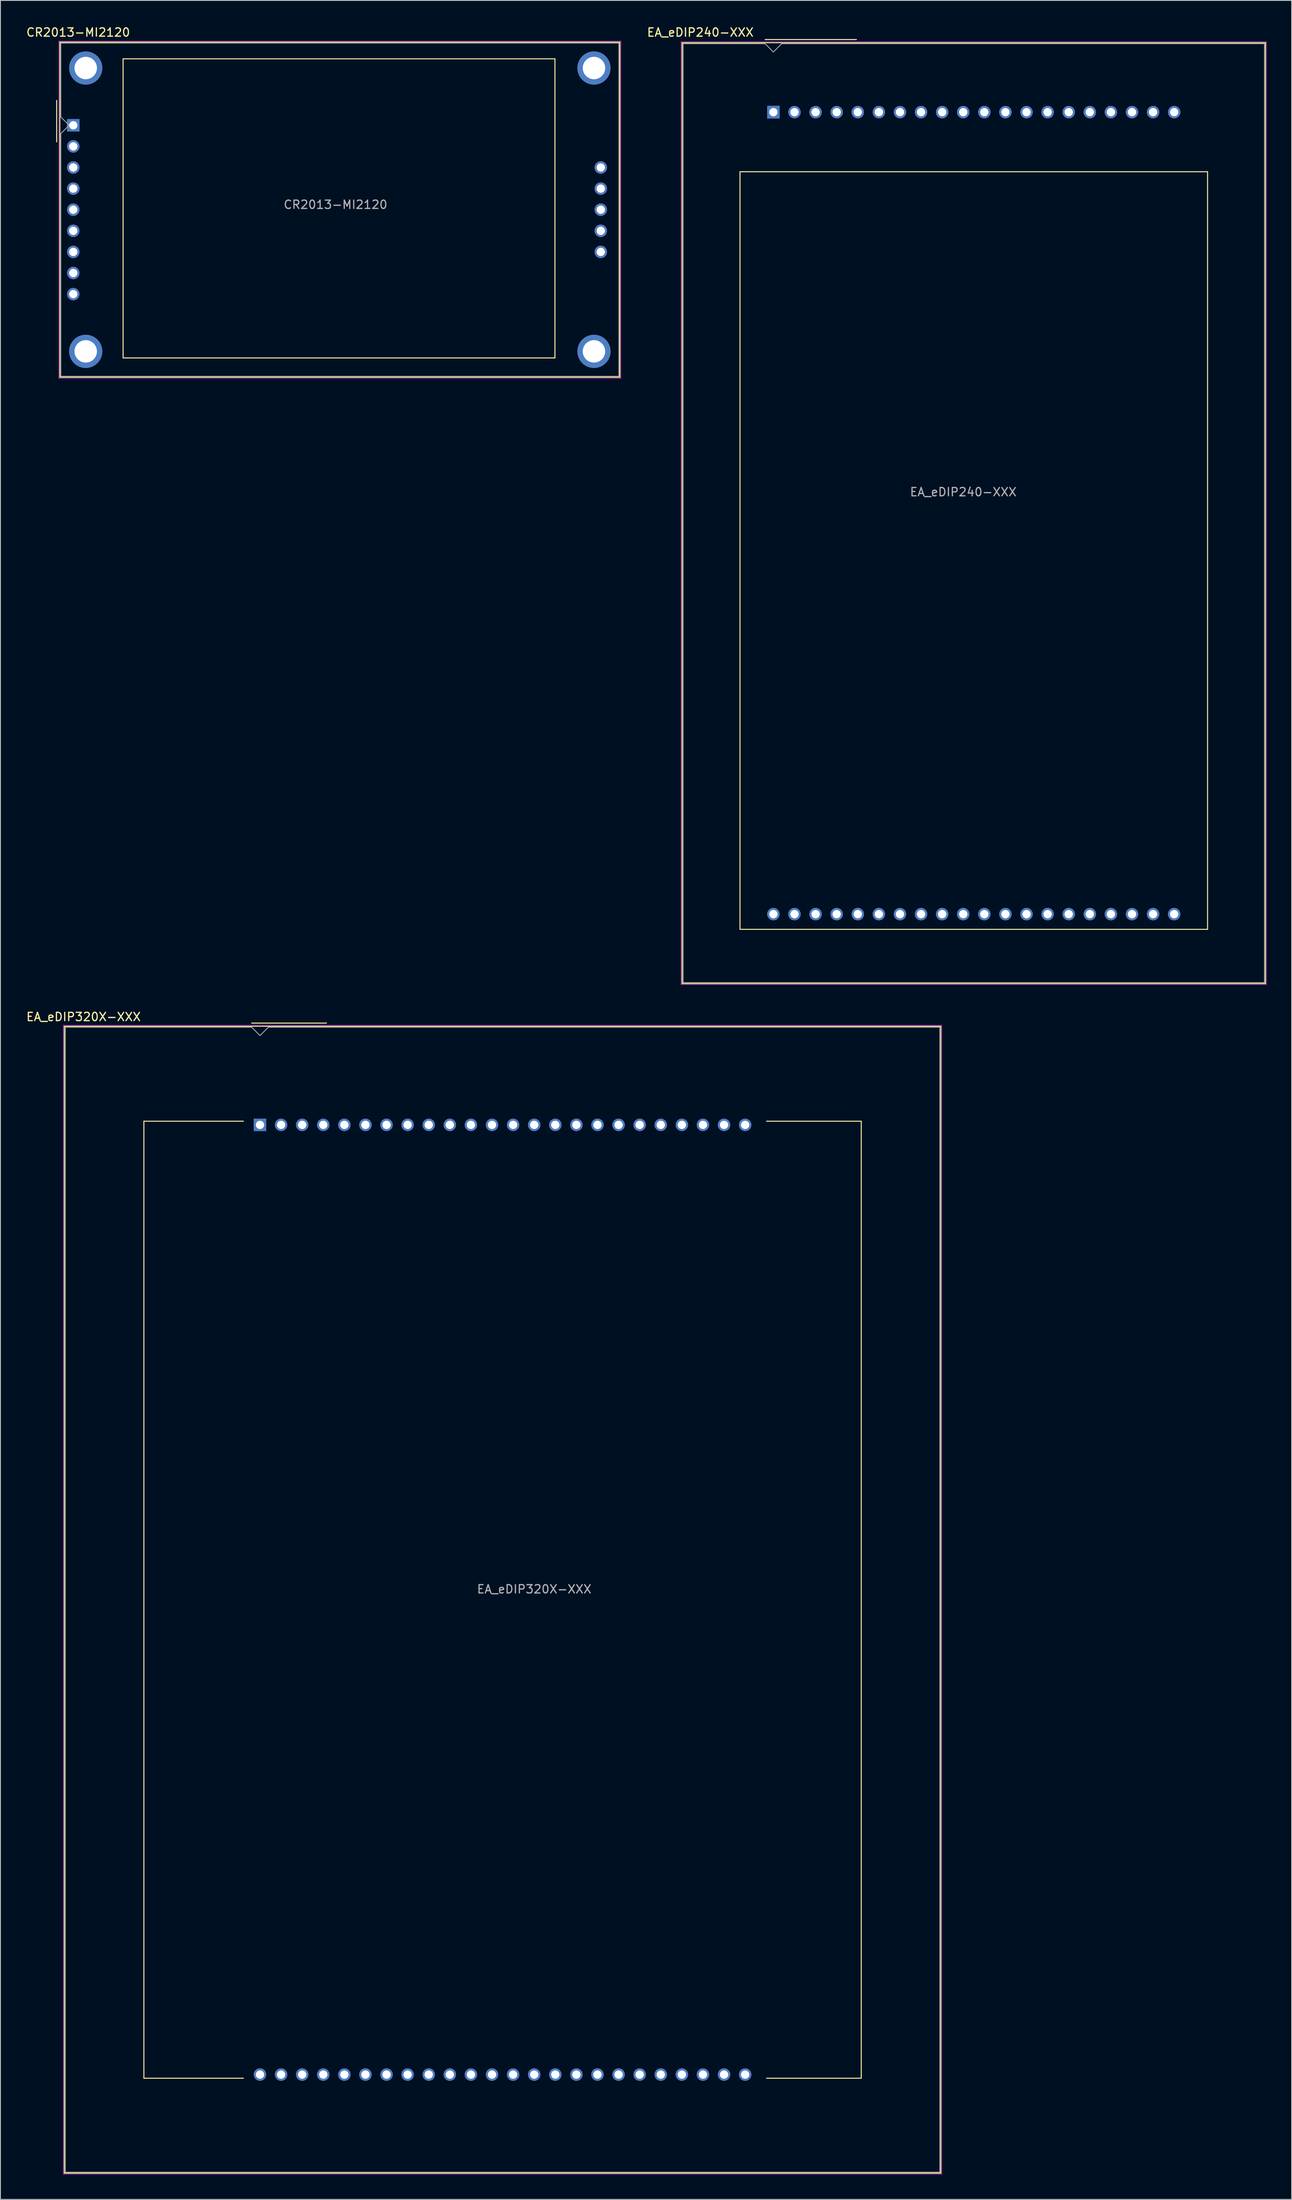
<source format=kicad_pcb>
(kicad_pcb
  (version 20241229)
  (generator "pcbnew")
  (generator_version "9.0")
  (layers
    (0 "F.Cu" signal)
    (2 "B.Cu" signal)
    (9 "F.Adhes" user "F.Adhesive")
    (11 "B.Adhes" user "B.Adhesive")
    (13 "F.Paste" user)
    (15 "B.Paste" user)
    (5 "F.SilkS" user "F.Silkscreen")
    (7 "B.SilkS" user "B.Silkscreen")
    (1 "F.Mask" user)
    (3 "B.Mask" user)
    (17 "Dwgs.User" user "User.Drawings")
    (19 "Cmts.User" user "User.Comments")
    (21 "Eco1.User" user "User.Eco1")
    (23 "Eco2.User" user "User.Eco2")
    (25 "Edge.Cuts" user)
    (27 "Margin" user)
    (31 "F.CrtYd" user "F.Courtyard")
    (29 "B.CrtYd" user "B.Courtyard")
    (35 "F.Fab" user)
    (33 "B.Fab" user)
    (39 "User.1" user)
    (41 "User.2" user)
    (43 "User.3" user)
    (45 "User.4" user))
  (footprint "EA_eDIP240-XXX"
    (layer "F.Cu")
    (at 90.078 10.448)
    (property "Reference" "EA_eDIP240-XXX" (at -8.8 -9.6 0) (layer "F.SilkS") (effects (font (size 1 1) (thickness 0.15))))
    (attr through_hole)
    (fp_line (start -11 -8.36) (end 59.25 -8.36) (stroke (width 0.12) (type solid)) (layer "F.SilkS"))
    (fp_line (start -11 104.88) (end -11 -8.36) (stroke (width 0.12) (type solid)) (layer "F.SilkS"))
    (fp_line (start -4.02 7.17) (end 52.28 7.17) (stroke (width 0.12) (type solid)) (layer "F.SilkS"))
    (fp_line (start -4.02 98.35) (end -4.02 7.17) (stroke (width 0.12) (type solid)) (layer "F.SilkS"))
    (fp_line (start -1 -8.74) (end 10 -8.74) (stroke (width 0.12) (type solid)) (layer "F.SilkS"))
    (fp_line (start 52.28 7.17) (end 52.28 98.35) (stroke (width 0.12) (type solid)) (layer "F.SilkS"))
    (fp_line (start 52.28 98.35) (end -4.02 98.35) (stroke (width 0.12) (type solid)) (layer "F.SilkS"))
    (fp_line (start 59.25 -8.36) (end 59.25 104.88) (stroke (width 0.12) (type solid)) (layer "F.SilkS"))
    (fp_line (start 59.25 104.88) (end -11 104.88) (stroke (width 0.12) (type solid)) (layer "F.SilkS"))
    (fp_line (start -11.13 -8.49) (end 59.38 -8.49) (stroke (width 0.05) (type solid)) (layer "F.CrtYd"))
    (fp_line (start -11.13 105.01) (end -11.13 -8.49) (stroke (width 0.05) (type solid)) (layer "F.CrtYd"))
    (fp_line (start 59.38 -8.49) (end 59.38 105.01) (stroke (width 0.05) (type solid)) (layer "F.CrtYd"))
    (fp_line (start 59.38 105.01) (end -11.13 105.01) (stroke (width 0.05) (type solid)) (layer "F.CrtYd"))
    (fp_line (start -10.87 104.76) (end -10.87 -8.24) (stroke (width 0.1) (type solid)) (layer "F.Fab"))
    (fp_line (start -1 -8.24) (end -10.87 -8.24) (stroke (width 0.1) (type solid)) (layer "F.Fab"))
    (fp_line (start 0 -7.24) (end -1 -8.24) (stroke (width 0.1) (type solid)) (layer "F.Fab"))
    (fp_line (start 1 -8.24) (end 0 -7.24) (stroke (width 0.1) (type solid)) (layer "F.Fab"))
    (fp_line (start 1 -8.24) (end 59.13 -8.24) (stroke (width 0.1) (type solid)) (layer "F.Fab"))
    (fp_line (start 59.13 -8.24) (end 59.13 104.76) (stroke (width 0.1) (type solid)) (layer "F.Fab"))
    (fp_line (start 59.13 104.76) (end -10.87 104.76) (stroke (width 0.1) (type solid)) (layer "F.Fab"))
    (fp_text user "${REFERENCE}" (at 22.86 45.72 0) (layer "F.Fab") (effects (font (size 1 1) (thickness 0.15))))
    (pad "1" thru_hole rect (at 0 0 180) (size 1.5 1.524) (drill 1) (layers "*.Cu" "*.Mask"))
    (pad "2" thru_hole circle (at 2.54 0 180) (size 1.5 1.5) (drill 1) (layers "*.Cu" "*.Mask"))
    (pad "3" thru_hole circle (at 5.08 0 180) (size 1.5 1.5) (drill 1) (layers "*.Cu" "*.Mask"))
    (pad "4" thru_hole circle (at 7.62 0 180) (size 1.5 1.5) (drill 1) (layers "*.Cu" "*.Mask"))
    (pad "5" thru_hole circle (at 10.16 0 180) (size 1.5 1.5) (drill 1) (layers "*.Cu" "*.Mask"))
    (pad "6" thru_hole circle (at 12.7 0 180) (size 1.5 1.5) (drill 1) (layers "*.Cu" "*.Mask"))
    (pad "7" thru_hole circle (at 15.24 0 180) (size 1.5 1.5) (drill 1) (layers "*.Cu" "*.Mask"))
    (pad "8" thru_hole circle (at 17.78 0 180) (size 1.5 1.5) (drill 1) (layers "*.Cu" "*.Mask"))
    (pad "9" thru_hole circle (at 20.32 0 180) (size 1.5 1.5) (drill 1) (layers "*.Cu" "*.Mask"))
    (pad "10" thru_hole circle (at 22.86 0 180) (size 1.5 1.5) (drill 1) (layers "*.Cu" "*.Mask"))
    (pad "11" thru_hole circle (at 25.4 0 180) (size 1.5 1.5) (drill 1) (layers "*.Cu" "*.Mask"))
    (pad "12" thru_hole circle (at 27.94 0 180) (size 1.5 1.5) (drill 1) (layers "*.Cu" "*.Mask"))
    (pad "13" thru_hole circle (at 30.48 0 180) (size 1.5 1.5) (drill 1) (layers "*.Cu" "*.Mask"))
    (pad "14" thru_hole circle (at 33.02 0 180) (size 1.5 1.5) (drill 1) (layers "*.Cu" "*.Mask"))
    (pad "15" thru_hole circle (at 35.56 0 180) (size 1.5 1.5) (drill 1) (layers "*.Cu" "*.Mask"))
    (pad "16" thru_hole circle (at 38.1 0 180) (size 1.5 1.5) (drill 1) (layers "*.Cu" "*.Mask"))
    (pad "17" thru_hole circle (at 40.64 0 180) (size 1.5 1.5) (drill 1) (layers "*.Cu" "*.Mask"))
    (pad "18" thru_hole circle (at 43.18 0 180) (size 1.5 1.5) (drill 1) (layers "*.Cu" "*.Mask"))
    (pad "19" thru_hole circle (at 45.72 0 180) (size 1.5 1.5) (drill 1) (layers "*.Cu" "*.Mask"))
    (pad "20" thru_hole circle (at 48.26 0 180) (size 1.5 1.5) (drill 1) (layers "*.Cu" "*.Mask"))
    (pad "21" thru_hole circle (at 48.26 96.52 180) (size 1.5 1.5) (drill 1) (layers "*.Cu" "*.Mask"))
    (pad "22" thru_hole circle (at 45.72 96.52 180) (size 1.5 1.5) (drill 1) (layers "*.Cu" "*.Mask"))
    (pad "23" thru_hole circle (at 43.18 96.52 180) (size 1.5 1.5) (drill 1) (layers "*.Cu" "*.Mask"))
    (pad "24" thru_hole circle (at 40.64 96.52 180) (size 1.5 1.5) (drill 1) (layers "*.Cu" "*.Mask"))
    (pad "25" thru_hole circle (at 38.1 96.52 180) (size 1.5 1.5) (drill 1) (layers "*.Cu" "*.Mask"))
    (pad "26" thru_hole circle (at 35.56 96.52 180) (size 1.5 1.5) (drill 1) (layers "*.Cu" "*.Mask"))
    (pad "27" thru_hole circle (at 33.02 96.52 180) (size 1.5 1.5) (drill 1) (layers "*.Cu" "*.Mask"))
    (pad "28" thru_hole circle (at 30.48 96.52 180) (size 1.5 1.5) (drill 1) (layers "*.Cu" "*.Mask"))
    (pad "29" thru_hole circle (at 27.94 96.52 180) (size 1.5 1.5) (drill 1) (layers "*.Cu" "*.Mask"))
    (pad "30" thru_hole circle (at 25.4 96.52 180) (size 1.5 1.5) (drill 1) (layers "*.Cu" "*.Mask"))
    (pad "31" thru_hole circle (at 22.86 96.52 180) (size 1.5 1.5) (drill 1) (layers "*.Cu" "*.Mask"))
    (pad "32" thru_hole circle (at 20.32 96.52 180) (size 1.5 1.5) (drill 1) (layers "*.Cu" "*.Mask"))
    (pad "33" thru_hole circle (at 17.78 96.52 180) (size 1.5 1.5) (drill 1) (layers "*.Cu" "*.Mask"))
    (pad "34" thru_hole circle (at 15.24 96.52 180) (size 1.5 1.5) (drill 1) (layers "*.Cu" "*.Mask"))
    (pad "35" thru_hole circle (at 12.7 96.52 180) (size 1.5 1.5) (drill 1) (layers "*.Cu" "*.Mask"))
    (pad "36" thru_hole circle (at 10.16 96.52 180) (size 1.5 1.5) (drill 1) (layers "*.Cu" "*.Mask"))
    (pad "37" thru_hole circle (at 7.62 96.52 180) (size 1.5 1.5) (drill 1) (layers "*.Cu" "*.Mask"))
    (pad "38" thru_hole circle (at 5.08 96.52 180) (size 1.5 1.5) (drill 1) (layers "*.Cu" "*.Mask"))
    (pad "39" thru_hole circle (at 2.54 96.52 180) (size 1.5 1.5) (drill 1) (layers "*.Cu" "*.Mask"))
    (pad "40" thru_hole circle (at 0 96.52 180) (size 1.5 1.5) (drill 1) (layers "*.Cu" "*.Mask")))
  (footprint "EA_eDIP320X-XXX"
    (layer "F.Cu")
    (at 28.256 132.332)
    (property "Reference" "EA_eDIP320X-XXX" (at -21.25 -13 0) (layer "F.SilkS") (effects (font (size 1 1) (thickness 0.15))))
    (attr through_hole)
    (fp_line (start -23.56 -11.87) (end 81.98 -11.87) (stroke (width 0.12) (type solid)) (layer "F.SilkS"))
    (fp_line (start -23.56 126.17) (end -23.56 -11.87) (stroke (width 0.12) (type solid)) (layer "F.SilkS"))
    (fp_line (start -13.98 -0.44) (end -2 -0.44) (stroke (width 0.12) (type solid)) (layer "F.SilkS"))
    (fp_line (start -13.98 114.74) (end -13.98 -0.44) (stroke (width 0.12) (type solid)) (layer "F.SilkS"))
    (fp_line (start -13.98 114.74) (end -2 114.74) (stroke (width 0.12) (type solid)) (layer "F.SilkS"))
    (fp_line (start -1 -12.25) (end 8 -12.25) (stroke (width 0.12) (type solid)) (layer "F.SilkS"))
    (fp_line (start 61 -0.44) (end 72.4 -0.44) (stroke (width 0.12) (type solid)) (layer "F.SilkS"))
    (fp_line (start 72.4 -0.44) (end 72.4 114.74) (stroke (width 0.12) (type solid)) (layer "F.SilkS"))
    (fp_line (start 72.4 114.74) (end 61 114.74) (stroke (width 0.12) (type solid)) (layer "F.SilkS"))
    (fp_line (start 81.98 -11.87) (end 81.98 126.17) (stroke (width 0.12) (type solid)) (layer "F.SilkS"))
    (fp_line (start 81.98 126.17) (end -23.56 126.17) (stroke (width 0.12) (type solid)) (layer "F.SilkS"))
    (fp_line (start -23.69 -12) (end 82.11 -12) (stroke (width 0.05) (type solid)) (layer "F.CrtYd"))
    (fp_line (start -23.69 126.3) (end -23.69 -12) (stroke (width 0.05) (type solid)) (layer "F.CrtYd"))
    (fp_line (start 82.11 -12) (end 82.11 126.3) (stroke (width 0.05) (type solid)) (layer "F.CrtYd"))
    (fp_line (start 82.11 126.3) (end -23.69 126.3) (stroke (width 0.05) (type solid)) (layer "F.CrtYd"))
    (fp_line (start -23.44 126.05) (end -23.44 -11.75) (stroke (width 0.1) (type solid)) (layer "F.Fab"))
    (fp_line (start -1 -11.75) (end -23.44 -11.75) (stroke (width 0.1) (type solid)) (layer "F.Fab"))
    (fp_line (start 0 -10.75) (end -1 -11.75) (stroke (width 0.1) (type solid)) (layer "F.Fab"))
    (fp_line (start 1 -11.75) (end 0 -10.75) (stroke (width 0.1) (type solid)) (layer "F.Fab"))
    (fp_line (start 1 -11.75) (end 81.86 -11.75) (stroke (width 0.1) (type solid)) (layer "F.Fab"))
    (fp_line (start 81.86 -11.75) (end 81.86 126.05) (stroke (width 0.1) (type solid)) (layer "F.Fab"))
    (fp_line (start 81.86 126.05) (end -23.44 126.05) (stroke (width 0.1) (type solid)) (layer "F.Fab"))
    (fp_text user "${REFERENCE}" (at 33.02 55.88 0) (layer "F.Fab") (effects (font (size 1 1) (thickness 0.15))))
    (pad "1" thru_hole rect (at 0 0) (size 1.5 1.5) (drill 1) (layers "*.Cu" "*.Mask"))
    (pad "2" thru_hole circle (at 2.54 0) (size 1.5 1.5) (drill 1) (layers "*.Cu" "*.Mask"))
    (pad "3" thru_hole circle (at 5.08 0) (size 1.5 1.5) (drill 1) (layers "*.Cu" "*.Mask"))
    (pad "4" thru_hole circle (at 7.62 0) (size 1.5 1.5) (drill 1) (layers "*.Cu" "*.Mask"))
    (pad "5" thru_hole circle (at 10.16 0) (size 1.5 1.5) (drill 1) (layers "*.Cu" "*.Mask"))
    (pad "6" thru_hole circle (at 12.7 0) (size 1.5 1.5) (drill 1) (layers "*.Cu" "*.Mask"))
    (pad "7" thru_hole circle (at 15.24 0) (size 1.5 1.5) (drill 1) (layers "*.Cu" "*.Mask"))
    (pad "8" thru_hole circle (at 17.78 0) (size 1.5 1.5) (drill 1) (layers "*.Cu" "*.Mask"))
    (pad "9" thru_hole circle (at 20.32 0) (size 1.5 1.5) (drill 1) (layers "*.Cu" "*.Mask"))
    (pad "10" thru_hole circle (at 22.86 0) (size 1.5 1.5) (drill 1) (layers "*.Cu" "*.Mask"))
    (pad "11" thru_hole circle (at 25.4 0) (size 1.5 1.5) (drill 1) (layers "*.Cu" "*.Mask"))
    (pad "12" thru_hole circle (at 27.94 0) (size 1.5 1.5) (drill 1) (layers "*.Cu" "*.Mask"))
    (pad "13" thru_hole circle (at 30.48 0) (size 1.5 1.5) (drill 1) (layers "*.Cu" "*.Mask"))
    (pad "14" thru_hole circle (at 33.02 0) (size 1.5 1.5) (drill 1) (layers "*.Cu" "*.Mask"))
    (pad "15" thru_hole circle (at 35.56 0) (size 1.5 1.5) (drill 1) (layers "*.Cu" "*.Mask"))
    (pad "16" thru_hole circle (at 38.1 0) (size 1.5 1.5) (drill 1) (layers "*.Cu" "*.Mask"))
    (pad "17" thru_hole circle (at 40.64 0) (size 1.5 1.5) (drill 1) (layers "*.Cu" "*.Mask"))
    (pad "18" thru_hole circle (at 43.18 0) (size 1.5 1.5) (drill 1) (layers "*.Cu" "*.Mask"))
    (pad "19" thru_hole circle (at 45.72 0) (size 1.5 1.5) (drill 1) (layers "*.Cu" "*.Mask"))
    (pad "20" thru_hole circle (at 48.26 0) (size 1.5 1.5) (drill 1) (layers "*.Cu" "*.Mask"))
    (pad "21" thru_hole circle (at 50.8 0) (size 1.5 1.5) (drill 1) (layers "*.Cu" "*.Mask"))
    (pad "22" thru_hole circle (at 53.34 0) (size 1.5 1.5) (drill 1) (layers "*.Cu" "*.Mask"))
    (pad "23" thru_hole circle (at 55.88 0) (size 1.5 1.5) (drill 1) (layers "*.Cu" "*.Mask"))
    (pad "24" thru_hole circle (at 58.42 0) (size 1.5 1.5) (drill 1) (layers "*.Cu" "*.Mask"))
    (pad "25" thru_hole circle (at 58.42 114.3) (size 1.5 1.5) (drill 1) (layers "*.Cu" "*.Mask"))
    (pad "26" thru_hole circle (at 55.88 114.3) (size 1.5 1.5) (drill 1) (layers "*.Cu" "*.Mask"))
    (pad "27" thru_hole circle (at 53.34 114.3) (size 1.5 1.5) (drill 1) (layers "*.Cu" "*.Mask"))
    (pad "28" thru_hole circle (at 50.8 114.3) (size 1.5 1.5) (drill 1) (layers "*.Cu" "*.Mask"))
    (pad "29" thru_hole circle (at 48.26 114.3) (size 1.5 1.5) (drill 1) (layers "*.Cu" "*.Mask"))
    (pad "30" thru_hole circle (at 45.72 114.3) (size 1.5 1.5) (drill 1) (layers "*.Cu" "*.Mask"))
    (pad "31" thru_hole circle (at 43.18 114.3) (size 1.5 1.5) (drill 1) (layers "*.Cu" "*.Mask"))
    (pad "32" thru_hole circle (at 40.64 114.3) (size 1.5 1.5) (drill 1) (layers "*.Cu" "*.Mask"))
    (pad "33" thru_hole circle (at 38.1 114.3) (size 1.5 1.5) (drill 1) (layers "*.Cu" "*.Mask"))
    (pad "34" thru_hole circle (at 35.56 114.3) (size 1.5 1.5) (drill 1) (layers "*.Cu" "*.Mask"))
    (pad "35" thru_hole circle (at 33.02 114.3) (size 1.5 1.5) (drill 1) (layers "*.Cu" "*.Mask"))
    (pad "36" thru_hole circle (at 30.48 114.3) (size 1.5 1.5) (drill 1) (layers "*.Cu" "*.Mask"))
    (pad "37" thru_hole circle (at 27.94 114.3) (size 1.5 1.5) (drill 1) (layers "*.Cu" "*.Mask"))
    (pad "38" thru_hole circle (at 25.4 114.3) (size 1.5 1.5) (drill 1) (layers "*.Cu" "*.Mask"))
    (pad "39" thru_hole circle (at 22.86 114.3) (size 1.5 1.5) (drill 1) (layers "*.Cu" "*.Mask"))
    (pad "40" thru_hole circle (at 20.32 114.3) (size 1.5 1.5) (drill 1) (layers "*.Cu" "*.Mask"))
    (pad "41" thru_hole circle (at 17.78 114.3) (size 1.5 1.5) (drill 1) (layers "*.Cu" "*.Mask"))
    (pad "42" thru_hole circle (at 15.24 114.3) (size 1.5 1.5) (drill 1) (layers "*.Cu" "*.Mask"))
    (pad "43" thru_hole circle (at 12.7 114.3) (size 1.5 1.5) (drill 1) (layers "*.Cu" "*.Mask"))
    (pad "44" thru_hole circle (at 10.16 114.3) (size 1.5 1.5) (drill 1) (layers "*.Cu" "*.Mask"))
    (pad "45" thru_hole circle (at 7.62 114.3) (size 1.5 1.5) (drill 1) (layers "*.Cu" "*.Mask"))
    (pad "46" thru_hole circle (at 5.08 114.3) (size 1.5 1.5) (drill 1) (layers "*.Cu" "*.Mask"))
    (pad "47" thru_hole circle (at 2.54 114.3) (size 1.5 1.5) (drill 1) (layers "*.Cu" "*.Mask"))
    (pad "48" thru_hole circle (at 0 114.3) (size 1.5 1.5) (drill 1) (layers "*.Cu" "*.Mask")))
  (footprint "CR2013-MI2120"
    (layer "F.Cu")
    (at 5.773 12.028)
    (property "Reference" "CR2013-MI2120" (at 0.59 -11.18 0) (layer "F.SilkS") (effects (font (size 1 1) (thickness 0.15))))
    (attr through_hole)
    (fp_line (start -2 -3) (end -2 2) (stroke (width 0.12) (type solid)) (layer "F.SilkS"))
    (fp_line (start -1.62 -10.01) (end 65.82 -10.01) (stroke (width 0.12) (type solid)) (layer "F.SilkS"))
    (fp_line (start -1.62 30.33) (end -1.62 -10.01) (stroke (width 0.12) (type solid)) (layer "F.SilkS"))
    (fp_line (start 6 -8) (end 58 -8) (stroke (width 0.12) (type solid)) (layer "F.SilkS"))
    (fp_line (start 6 28) (end 6 -8) (stroke (width 0.12) (type solid)) (layer "F.SilkS"))
    (fp_line (start 58 -8) (end 58 28) (stroke (width 0.12) (type solid)) (layer "F.SilkS"))
    (fp_line (start 58 28) (end 6 28) (stroke (width 0.12) (type solid)) (layer "F.SilkS"))
    (fp_line (start 65.82 -10.01) (end 65.82 30.33) (stroke (width 0.12) (type solid)) (layer "F.SilkS"))
    (fp_line (start 65.82 30.33) (end -1.62 30.33) (stroke (width 0.12) (type solid)) (layer "F.SilkS"))
    (fp_line (start -1.75 -10.14) (end 65.95 -10.14) (stroke (width 0.05) (type solid)) (layer "F.CrtYd"))
    (fp_line (start -1.75 30.46) (end -1.75 -10.14) (stroke (width 0.05) (type solid)) (layer "F.CrtYd"))
    (fp_line (start 65.95 -10.14) (end 65.95 30.46) (stroke (width 0.05) (type solid)) (layer "F.CrtYd"))
    (fp_line (start 65.95 30.46) (end -1.75 30.46) (stroke (width 0.05) (type solid)) (layer "F.CrtYd"))
    (fp_line (start -1.5 -9.89) (end 65.7 -9.89) (stroke (width 0.1) (type solid)) (layer "F.Fab"))
    (fp_line (start -1.5 -1) (end -1.5 -9.89) (stroke (width 0.1) (type solid)) (layer "F.Fab"))
    (fp_line (start -1.5 1) (end -0.5 0) (stroke (width 0.1) (type solid)) (layer "F.Fab"))
    (fp_line (start -1.5 30.21) (end -1.5 1) (stroke (width 0.1) (type solid)) (layer "F.Fab"))
    (fp_line (start -0.5 0) (end -1.5 -1) (stroke (width 0.1) (type solid)) (layer "F.Fab"))
    (fp_line (start 65.7 -9.89) (end 65.7 30.21) (stroke (width 0.1) (type solid)) (layer "F.Fab"))
    (fp_line (start 65.7 30.21) (end -1.5 30.21) (stroke (width 0.1) (type solid)) (layer "F.Fab"))
    (fp_text user "${REFERENCE}" (at 31.58 9.55 0) (layer "F.Fab") (effects (font (size 1 1) (thickness 0.15))))
    (pad "" thru_hole circle (at 1.5 -6.89) (size 4 4) (drill 2.7) (layers "*.Cu" "*.Mask"))
    (pad "" thru_hole circle (at 1.5 27.21) (size 4 4) (drill 2.7) (layers "*.Cu" "*.Mask"))
    (pad "" thru_hole circle (at 62.7 -6.89) (size 4 4) (drill 2.7) (layers "*.Cu" "*.Mask"))
    (pad "" thru_hole circle (at 62.7 27.21) (size 4 4) (drill 2.7) (layers "*.Cu" "*.Mask"))
    (pad "1" thru_hole rect (at 0 0) (size 1.5 1.5) (drill 1) (layers "*.Cu" "*.Mask"))
    (pad "2" thru_hole circle (at 0 2.54) (size 1.5 1.5) (drill 1) (layers "*.Cu" "*.Mask"))
    (pad "3" thru_hole circle (at 0 5.08) (size 1.5 1.5) (drill 1) (layers "*.Cu" "*.Mask"))
    (pad "4" thru_hole circle (at 0 7.62) (size 1.5 1.5) (drill 1) (layers "*.Cu" "*.Mask"))
    (pad "5" thru_hole circle (at 0 10.16) (size 1.5 1.5) (drill 1) (layers "*.Cu" "*.Mask"))
    (pad "6" thru_hole circle (at 0 12.7) (size 1.5 1.5) (drill 1) (layers "*.Cu" "*.Mask"))
    (pad "7" thru_hole circle (at 0 15.24) (size 1.5 1.5) (drill 1) (layers "*.Cu" "*.Mask"))
    (pad "8" thru_hole circle (at 0 17.78) (size 1.5 1.5) (drill 1) (layers "*.Cu" "*.Mask"))
    (pad "9" thru_hole circle (at 0 20.32) (size 1.5 1.5) (drill 1) (layers "*.Cu" "*.Mask"))
    (pad "10" thru_hole circle (at 63.52 5.08) (size 1.5 1.5) (drill 1) (layers "*.Cu" "*.Mask"))
    (pad "11" thru_hole circle (at 63.52 7.62) (size 1.5 1.5) (drill 1) (layers "*.Cu" "*.Mask"))
    (pad "12" thru_hole circle (at 63.52 10.16) (size 1.5 1.5) (drill 1) (layers "*.Cu" "*.Mask"))
    (pad "13" thru_hole circle (at 63.52 12.7) (size 1.5 1.5) (drill 1) (layers "*.Cu" "*.Mask"))
    (pad "14" thru_hole circle (at 63.52 15.24) (size 1.5 1.5) (drill 1) (layers "*.Cu" "*.Mask")))
  (gr_rect
    (start -3 -3)
    (end 152.483 261.656)
    (stroke (width 0.1) (type default))
    (fill no)
    (layer "Edge.Cuts")))
</source>
